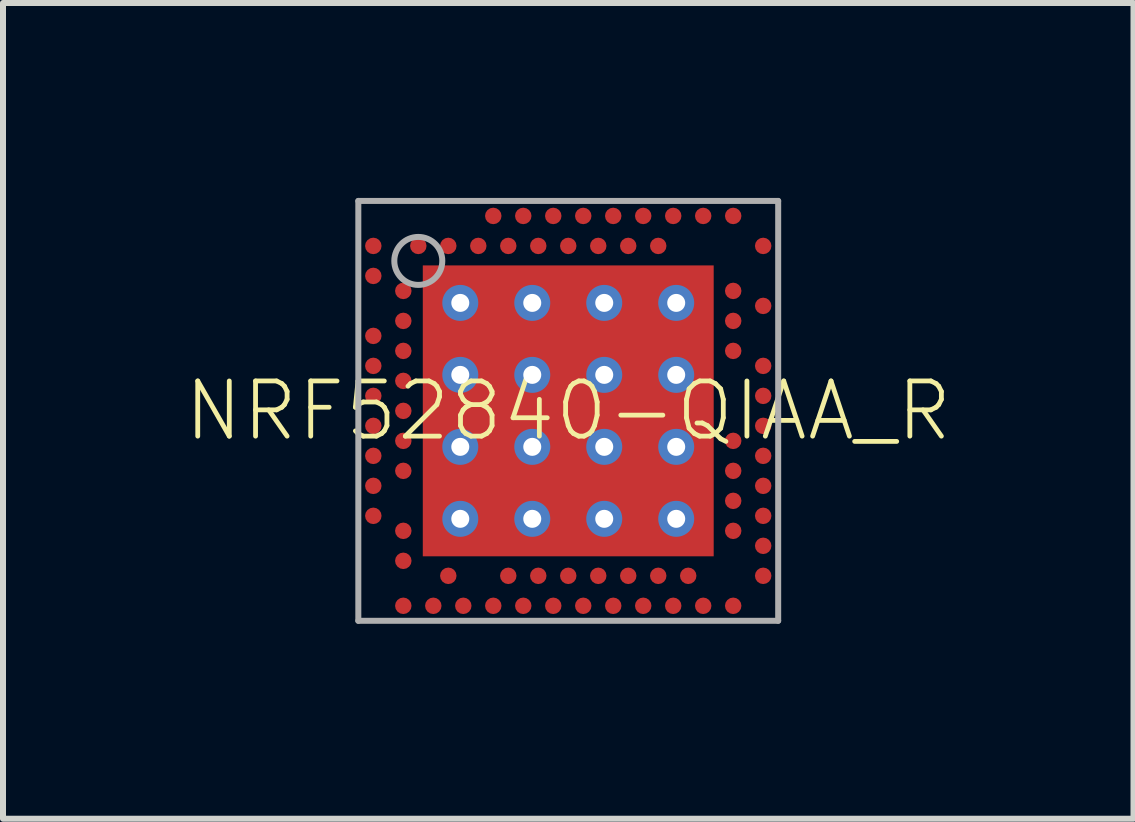
<source format=kicad_pcb>
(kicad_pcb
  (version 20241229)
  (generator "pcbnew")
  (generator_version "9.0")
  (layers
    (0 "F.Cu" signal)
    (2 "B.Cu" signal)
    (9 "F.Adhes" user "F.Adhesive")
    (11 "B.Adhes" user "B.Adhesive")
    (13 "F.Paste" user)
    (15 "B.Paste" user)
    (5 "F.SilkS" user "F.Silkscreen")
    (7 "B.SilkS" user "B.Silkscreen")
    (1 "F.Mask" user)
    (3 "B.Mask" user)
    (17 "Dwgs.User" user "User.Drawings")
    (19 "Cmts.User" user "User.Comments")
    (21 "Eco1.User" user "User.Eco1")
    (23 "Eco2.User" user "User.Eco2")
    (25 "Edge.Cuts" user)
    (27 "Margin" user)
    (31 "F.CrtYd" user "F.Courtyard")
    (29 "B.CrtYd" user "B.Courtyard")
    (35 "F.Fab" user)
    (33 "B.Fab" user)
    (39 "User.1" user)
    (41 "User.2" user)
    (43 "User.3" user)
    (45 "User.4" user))
  (footprint "NRF52840-QIAA_R"
    (layer "F.Cu")
    (at 6.424 3.8)
    (property "Reference" "NRF52840-QIAA_R" (at 0 0 0) (unlocked yes) (layer "F.SilkS") (effects (font (size 0.92 0.92) (thickness 0.08))))
    (fp_line (start -3.75 -3.75) (end -3.75 -3) (stroke (width 0.1) (type solid)) (layer "F.Mask"))
    (fp_line (start -3.75 3) (end -3.75 3.75) (stroke (width 0.1) (type solid)) (layer "F.Mask"))
    (fp_line (start -3.75 3.75) (end -3 3.75) (stroke (width 0.1) (type solid)) (layer "F.Mask"))
    (fp_line (start -3 -3.75) (end -3.75 -3.75) (stroke (width 0.1) (type solid)) (layer "F.Mask"))
    (fp_line (start 3 3.75) (end 3.75 3.75) (stroke (width 0.1) (type solid)) (layer "F.Mask"))
    (fp_line (start 3.75 -3.75) (end 3 -3.75) (stroke (width 0.1) (type solid)) (layer "F.Mask"))
    (fp_line (start 3.75 -3) (end 3.75 -3.75) (stroke (width 0.1) (type solid)) (layer "F.Mask"))
    (fp_line (start 3.75 3.75) (end 3.75 3) (stroke (width 0.1) (type solid)) (layer "F.Mask"))
    (fp_circle (center -3.25 -2.75) (end -3.156 -2.75) (stroke (width 0.188) (type solid)) (fill yes) (layer "F.Mask"))
    (fp_circle (center -3.25 -2.25) (end -3.156 -2.25) (stroke (width 0.188) (type solid)) (fill yes) (layer "F.Mask"))
    (fp_circle (center -3.25 -1.25) (end -3.156 -1.25) (stroke (width 0.188) (type solid)) (fill yes) (layer "F.Mask"))
    (fp_circle (center -3.25 -0.75) (end -3.156 -0.75) (stroke (width 0.188) (type solid)) (fill yes) (layer "F.Mask"))
    (fp_circle (center -3.25 -0.25) (end -3.156 -0.25) (stroke (width 0.188) (type solid)) (fill yes) (layer "F.Mask"))
    (fp_circle (center -3.25 0.25) (end -3.156 0.25) (stroke (width 0.188) (type solid)) (fill yes) (layer "F.Mask"))
    (fp_circle (center -3.25 0.75) (end -3.156 0.75) (stroke (width 0.188) (type solid)) (fill yes) (layer "F.Mask"))
    (fp_circle (center -3.25 1.25) (end -3.156 1.25) (stroke (width 0.188) (type solid)) (fill yes) (layer "F.Mask"))
    (fp_circle (center -3.25 1.75) (end -3.156 1.75) (stroke (width 0.188) (type solid)) (fill yes) (layer "F.Mask"))
    (fp_circle (center -2.75 -2) (end -2.656 -2) (stroke (width 0.188) (type solid)) (fill yes) (layer "F.Mask"))
    (fp_circle (center -2.75 -1.5) (end -2.656 -1.5) (stroke (width 0.188) (type solid)) (fill yes) (layer "F.Mask"))
    (fp_circle (center -2.75 -1) (end -2.656 -1) (stroke (width 0.188) (type solid)) (fill yes) (layer "F.Mask"))
    (fp_circle (center -2.75 -0.5) (end -2.656 -0.5) (stroke (width 0.188) (type solid)) (fill yes) (layer "F.Mask"))
    (fp_circle (center -2.75 0) (end -2.656 0) (stroke (width 0.188) (type solid)) (fill yes) (layer "F.Mask"))
    (fp_circle (center -2.75 0.5) (end -2.656 0.5) (stroke (width 0.188) (type solid)) (fill yes) (layer "F.Mask"))
    (fp_circle (center -2.75 1) (end -2.656 1) (stroke (width 0.188) (type solid)) (fill yes) (layer "F.Mask"))
    (fp_circle (center -2.75 2) (end -2.656 2) (stroke (width 0.188) (type solid)) (fill yes) (layer "F.Mask"))
    (fp_circle (center -2.75 2.5) (end -2.656 2.5) (stroke (width 0.188) (type solid)) (fill yes) (layer "F.Mask"))
    (fp_circle (center -2.75 3.25) (end -2.656 3.25) (stroke (width 0.188) (type solid)) (fill yes) (layer "F.Mask"))
    (fp_circle (center -2.5 -2.75) (end -2.406 -2.75) (stroke (width 0.188) (type solid)) (fill yes) (layer "F.Mask"))
    (fp_circle (center -2.25 3.25) (end -2.156 3.25) (stroke (width 0.188) (type solid)) (fill yes) (layer "F.Mask"))
    (fp_circle (center -2 -2.75) (end -1.906 -2.75) (stroke (width 0.188) (type solid)) (fill yes) (layer "F.Mask"))
    (fp_circle (center -2 2.75) (end -1.906 2.75) (stroke (width 0.188) (type solid)) (fill yes) (layer "F.Mask"))
    (fp_circle (center -1.75 3.25) (end -1.656 3.25) (stroke (width 0.188) (type solid)) (fill yes) (layer "F.Mask"))
    (fp_circle (center -1.5 -2.75) (end -1.406 -2.75) (stroke (width 0.188) (type solid)) (fill yes) (layer "F.Mask"))
    (fp_circle (center -1.25 -3.25) (end -1.156 -3.25) (stroke (width 0.188) (type solid)) (fill yes) (layer "F.Mask"))
    (fp_circle (center -1.25 3.25) (end -1.156 3.25) (stroke (width 0.188) (type solid)) (fill yes) (layer "F.Mask"))
    (fp_circle (center -1 -2.75) (end -0.906 -2.75) (stroke (width 0.188) (type solid)) (fill yes) (layer "F.Mask"))
    (fp_circle (center -1 2.75) (end -0.906 2.75) (stroke (width 0.188) (type solid)) (fill yes) (layer "F.Mask"))
    (fp_circle (center -0.75 -3.25) (end -0.656 -3.25) (stroke (width 0.188) (type solid)) (fill yes) (layer "F.Mask"))
    (fp_circle (center -0.75 3.25) (end -0.656 3.25) (stroke (width 0.188) (type solid)) (fill yes) (layer "F.Mask"))
    (fp_circle (center -0.5 -2.75) (end -0.406 -2.75) (stroke (width 0.188) (type solid)) (fill yes) (layer "F.Mask"))
    (fp_circle (center -0.5 2.75) (end -0.406 2.75) (stroke (width 0.188) (type solid)) (fill yes) (layer "F.Mask"))
    (fp_circle (center -0.25 -3.25) (end -0.156 -3.25) (stroke (width 0.188) (type solid)) (fill yes) (layer "F.Mask"))
    (fp_circle (center -0.25 3.25) (end -0.156 3.25) (stroke (width 0.188) (type solid)) (fill yes) (layer "F.Mask"))
    (fp_circle (center 0 -2.75) (end 0.094 -2.75) (stroke (width 0.188) (type solid)) (fill yes) (layer "F.Mask"))
    (fp_circle (center 0 2.75) (end 0.094 2.75) (stroke (width 0.188) (type solid)) (fill yes) (layer "F.Mask"))
    (fp_circle (center 0.25 -3.25) (end 0.344 -3.25) (stroke (width 0.188) (type solid)) (fill yes) (layer "F.Mask"))
    (fp_circle (center 0.25 3.25) (end 0.344 3.25) (stroke (width 0.188) (type solid)) (fill yes) (layer "F.Mask"))
    (fp_circle (center 0.5 -2.75) (end 0.594 -2.75) (stroke (width 0.188) (type solid)) (fill yes) (layer "F.Mask"))
    (fp_circle (center 0.5 2.75) (end 0.594 2.75) (stroke (width 0.188) (type solid)) (fill yes) (layer "F.Mask"))
    (fp_circle (center 0.75 -3.25) (end 0.844 -3.25) (stroke (width 0.188) (type solid)) (fill yes) (layer "F.Mask"))
    (fp_circle (center 0.75 3.25) (end 0.844 3.25) (stroke (width 0.188) (type solid)) (fill yes) (layer "F.Mask"))
    (fp_circle (center 1 -2.75) (end 1.094 -2.75) (stroke (width 0.188) (type solid)) (fill yes) (layer "F.Mask"))
    (fp_circle (center 1 2.75) (end 1.094 2.75) (stroke (width 0.188) (type solid)) (fill yes) (layer "F.Mask"))
    (fp_circle (center 1.25 -3.25) (end 1.344 -3.25) (stroke (width 0.188) (type solid)) (fill yes) (layer "F.Mask"))
    (fp_circle (center 1.25 3.25) (end 1.344 3.25) (stroke (width 0.188) (type solid)) (fill yes) (layer "F.Mask"))
    (fp_circle (center 1.5 -2.75) (end 1.594 -2.75) (stroke (width 0.188) (type solid)) (fill yes) (layer "F.Mask"))
    (fp_circle (center 1.5 2.75) (end 1.594 2.75) (stroke (width 0.188) (type solid)) (fill yes) (layer "F.Mask"))
    (fp_circle (center 1.75 -3.25) (end 1.844 -3.25) (stroke (width 0.188) (type solid)) (fill yes) (layer "F.Mask"))
    (fp_circle (center 1.75 3.25) (end 1.844 3.25) (stroke (width 0.188) (type solid)) (fill yes) (layer "F.Mask"))
    (fp_circle (center 2 2.75) (end 2.094 2.75) (stroke (width 0.188) (type solid)) (fill yes) (layer "F.Mask"))
    (fp_circle (center 2.25 -3.25) (end 2.344 -3.25) (stroke (width 0.188) (type solid)) (fill yes) (layer "F.Mask"))
    (fp_circle (center 2.25 3.25) (end 2.344 3.25) (stroke (width 0.188) (type solid)) (fill yes) (layer "F.Mask"))
    (fp_circle (center 2.75 -3.25) (end 2.844 -3.25) (stroke (width 0.188) (type solid)) (fill yes) (layer "F.Mask"))
    (fp_circle (center 2.75 -2) (end 2.844 -2) (stroke (width 0.188) (type solid)) (fill yes) (layer "F.Mask"))
    (fp_circle (center 2.75 -1.5) (end 2.844 -1.5) (stroke (width 0.188) (type solid)) (fill yes) (layer "F.Mask"))
    (fp_circle (center 2.75 -1) (end 2.844 -1) (stroke (width 0.188) (type solid)) (fill yes) (layer "F.Mask"))
    (fp_circle (center 2.75 0.5) (end 2.844 0.5) (stroke (width 0.188) (type solid)) (fill yes) (layer "F.Mask"))
    (fp_circle (center 2.75 1) (end 2.844 1) (stroke (width 0.188) (type solid)) (fill yes) (layer "F.Mask"))
    (fp_circle (center 2.75 1.5) (end 2.844 1.5) (stroke (width 0.188) (type solid)) (fill yes) (layer "F.Mask"))
    (fp_circle (center 2.75 2) (end 2.844 2) (stroke (width 0.188) (type solid)) (fill yes) (layer "F.Mask"))
    (fp_circle (center 2.75 3.25) (end 2.844 3.25) (stroke (width 0.188) (type solid)) (fill yes) (layer "F.Mask"))
    (fp_circle (center 3.25 -2.75) (end 3.344 -2.75) (stroke (width 0.188) (type solid)) (fill yes) (layer "F.Mask"))
    (fp_circle (center 3.25 -1.75) (end 3.344 -1.75) (stroke (width 0.188) (type solid)) (fill yes) (layer "F.Mask"))
    (fp_circle (center 3.25 -0.75) (end 3.344 -0.75) (stroke (width 0.188) (type solid)) (fill yes) (layer "F.Mask"))
    (fp_circle (center 3.25 -0.25) (end 3.344 -0.25) (stroke (width 0.188) (type solid)) (fill yes) (layer "F.Mask"))
    (fp_circle (center 3.25 0.25) (end 3.344 0.25) (stroke (width 0.188) (type solid)) (fill yes) (layer "F.Mask"))
    (fp_circle (center 3.25 0.75) (end 3.344 0.75) (stroke (width 0.188) (type solid)) (fill yes) (layer "F.Mask"))
    (fp_circle (center 3.25 1.25) (end 3.344 1.25) (stroke (width 0.188) (type solid)) (fill yes) (layer "F.Mask"))
    (fp_circle (center 3.25 1.75) (end 3.344 1.75) (stroke (width 0.188) (type solid)) (fill yes) (layer "F.Mask"))
    (fp_circle (center 3.25 2.25) (end 3.344 2.25) (stroke (width 0.188) (type solid)) (fill yes) (layer "F.Mask"))
    (fp_circle (center 3.25 2.75) (end 3.344 2.75) (stroke (width 0.188) (type solid)) (fill yes) (layer "F.Mask"))
    (fp_poly (pts (xy -2.45 2.45) (xy 2.45 2.45) (xy 2.45 -2.45) (xy -2.45 -2.45)) (stroke (width 0) (type default)) (fill yes) (layer "F.Mask"))
    (fp_line (start -3.5 -3.5) (end 3.5 -3.5) (stroke (width 0.1) (type solid)) (layer "F.Fab"))
    (fp_line (start -3.5 3.5) (end -3.5 -3.5) (stroke (width 0.1) (type solid)) (layer "F.Fab"))
    (fp_line (start 3.5 -3.5) (end 3.5 3.5) (stroke (width 0.1) (type solid)) (layer "F.Fab"))
    (fp_line (start 3.5 3.5) (end -3.5 3.5) (stroke (width 0.1) (type solid)) (layer "F.Fab"))
    (fp_circle (center -2.5 -2.5) (end -2.1 -2.5) (stroke (width 0.1) (type solid)) (fill no) (layer "F.Fab"))
    (pad "74" smd rect (at 0 0) (size 4.85 4.85) (layers "F.Cu" "F.Paste"))
    (pad "A8" smd roundrect (at -1.25 -3.25) (size 0.275 0.275) (layers "F.Cu" "F.Paste") (roundrect_rratio 0.5))
    (pad "A10" smd roundrect (at -0.75 -3.25) (size 0.275 0.275) (layers "F.Cu" "F.Paste") (roundrect_rratio 0.5))
    (pad "A12" smd roundrect (at -0.25 -3.25) (size 0.275 0.275) (layers "F.Cu" "F.Paste") (roundrect_rratio 0.5))
    (pad "A14" smd roundrect (at 0.25 -3.25) (size 0.275 0.275) (layers "F.Cu" "F.Paste") (roundrect_rratio 0.5))
    (pad "A16" smd roundrect (at 0.75 -3.25) (size 0.275 0.275) (layers "F.Cu" "F.Paste") (roundrect_rratio 0.5))
    (pad "A18" smd roundrect (at 1.25 -3.25) (size 0.275 0.275) (layers "F.Cu" "F.Paste") (roundrect_rratio 0.5))
    (pad "A20" smd roundrect (at 1.75 -3.25) (size 0.275 0.275) (layers "F.Cu" "F.Paste") (roundrect_rratio 0.5))
    (pad "A22" smd roundrect (at 2.25 -3.25) (size 0.275 0.275) (layers "F.Cu" "F.Paste") (roundrect_rratio 0.5))
    (pad "A23" smd roundrect (at 2.75 -3.25) (size 0.275 0.275) (layers "F.Cu" "F.Paste") (roundrect_rratio 0.5))
    (pad "AA24" smd roundrect (at 3.25 2.25) (size 0.275 0.275) (layers "F.Cu" "F.Paste") (roundrect_rratio 0.5))
    (pad "AB2" smd roundrect (at -2.75 2.5) (size 0.275 0.275) (layers "F.Cu" "F.Paste") (roundrect_rratio 0.5))
    (pad "AC5" smd roundrect (at -2 2.75) (size 0.275 0.275) (layers "F.Cu" "F.Paste") (roundrect_rratio 0.5))
    (pad "AC9" smd roundrect (at -1 2.75) (size 0.275 0.275) (layers "F.Cu" "F.Paste") (roundrect_rratio 0.5))
    (pad "AC11" smd roundrect (at -0.5 2.75) (size 0.275 0.275) (layers "F.Cu" "F.Paste") (roundrect_rratio 0.5))
    (pad "AC13" smd roundrect (at 0 2.75) (size 0.275 0.275) (layers "F.Cu" "F.Paste") (roundrect_rratio 0.5))
    (pad "AC15" smd roundrect (at 0.5 2.75) (size 0.275 0.275) (layers "F.Cu" "F.Paste") (roundrect_rratio 0.5))
    (pad "AC17" smd roundrect (at 1 2.75) (size 0.275 0.275) (layers "F.Cu" "F.Paste") (roundrect_rratio 0.5))
    (pad "AC19" smd roundrect (at 1.5 2.75) (size 0.275 0.275) (layers "F.Cu" "F.Paste") (roundrect_rratio 0.5))
    (pad "AC21" smd roundrect (at 2 2.75) (size 0.275 0.275) (layers "F.Cu" "F.Paste") (roundrect_rratio 0.5))
    (pad "AC24" smd roundrect (at 3.25 2.75) (size 0.275 0.275) (layers "F.Cu" "F.Paste") (roundrect_rratio 0.5))
    (pad "AD2" smd roundrect (at -2.75 3.25) (size 0.275 0.275) (layers "F.Cu" "F.Paste") (roundrect_rratio 0.5))
    (pad "AD4" smd roundrect (at -2.25 3.25) (size 0.275 0.275) (layers "F.Cu" "F.Paste") (roundrect_rratio 0.5))
    (pad "AD6" smd roundrect (at -1.75 3.25) (size 0.275 0.275) (layers "F.Cu" "F.Paste") (roundrect_rratio 0.5))
    (pad "AD8" smd roundrect (at -1.25 3.25) (size 0.275 0.275) (layers "F.Cu" "F.Paste") (roundrect_rratio 0.5))
    (pad "AD10" smd roundrect (at -0.75 3.25) (size 0.275 0.275) (layers "F.Cu" "F.Paste") (roundrect_rratio 0.5))
    (pad "AD12" smd roundrect (at -0.25 3.25) (size 0.275 0.275) (layers "F.Cu" "F.Paste") (roundrect_rratio 0.5))
    (pad "AD14" smd roundrect (at 0.25 3.25) (size 0.275 0.275) (layers "F.Cu" "F.Paste") (roundrect_rratio 0.5))
    (pad "AD16" smd roundrect (at 0.75 3.25) (size 0.275 0.275) (layers "F.Cu" "F.Paste") (roundrect_rratio 0.5))
    (pad "AD18" smd roundrect (at 1.25 3.25) (size 0.275 0.275) (layers "F.Cu" "F.Paste") (roundrect_rratio 0.5))
    (pad "AD20" smd roundrect (at 1.75 3.25) (size 0.275 0.275) (layers "F.Cu" "F.Paste") (roundrect_rratio 0.5))
    (pad "AD22" smd roundrect (at 2.25 3.25) (size 0.275 0.275) (layers "F.Cu" "F.Paste") (roundrect_rratio 0.5))
    (pad "AD23" smd roundrect (at 2.75 3.25) (size 0.275 0.275) (layers "F.Cu" "F.Paste") (roundrect_rratio 0.5))
    (pad "B1" smd roundrect (at -3.25 -2.75) (size 0.275 0.275) (layers "F.Cu" "F.Paste") (roundrect_rratio 0.5))
    (pad "B3" smd roundrect (at -2.5 -2.75) (size 0.275 0.275) (layers "F.Cu" "F.Paste") (roundrect_rratio 0.5))
    (pad "B5" smd roundrect (at -2 -2.75) (size 0.275 0.275) (layers "F.Cu" "F.Paste") (roundrect_rratio 0.5))
    (pad "B7" smd roundrect (at -1.5 -2.75) (size 0.275 0.275) (layers "F.Cu" "F.Paste") (roundrect_rratio 0.5))
    (pad "B9" smd roundrect (at -1 -2.75) (size 0.275 0.275) (layers "F.Cu" "F.Paste") (roundrect_rratio 0.5))
    (pad "B11" smd roundrect (at -0.5 -2.75) (size 0.275 0.275) (layers "F.Cu" "F.Paste") (roundrect_rratio 0.5))
    (pad "B13" smd roundrect (at 0 -2.75) (size 0.275 0.275) (layers "F.Cu" "F.Paste") (roundrect_rratio 0.5))
    (pad "B15" smd roundrect (at 0.5 -2.75) (size 0.275 0.275) (layers "F.Cu" "F.Paste") (roundrect_rratio 0.5))
    (pad "B17" smd roundrect (at 1 -2.75) (size 0.275 0.275) (layers "F.Cu" "F.Paste") (roundrect_rratio 0.5))
    (pad "B19" smd roundrect (at 1.5 -2.75) (size 0.275 0.275) (layers "F.Cu" "F.Paste") (roundrect_rratio 0.5))
    (pad "B24" smd roundrect (at 3.25 -2.75) (size 0.275 0.275) (layers "F.Cu" "F.Paste") (roundrect_rratio 0.5))
    (pad "C1" smd roundrect (at -3.25 -2.25) (size 0.275 0.275) (layers "F.Cu" "F.Paste") (roundrect_rratio 0.5))
    (pad "D2" smd roundrect (at -2.75 -2) (size 0.275 0.275) (layers "F.Cu" "F.Paste") (roundrect_rratio 0.5))
    (pad "D23" smd roundrect (at 2.75 -2) (size 0.275 0.275) (layers "F.Cu" "F.Paste") (roundrect_rratio 0.5))
    (pad "E24" smd roundrect (at 3.25 -1.75) (size 0.275 0.275) (layers "F.Cu" "F.Paste") (roundrect_rratio 0.5))
    (pad "F2" smd roundrect (at -2.75 -1.5) (size 0.275 0.275) (layers "F.Cu" "F.Paste") (roundrect_rratio 0.5))
    (pad "F23" smd roundrect (at 2.75 -1.5) (size 0.275 0.275) (layers "F.Cu" "F.Paste") (roundrect_rratio 0.5))
    (pad "G1" smd roundrect (at -3.25 -1.25) (size 0.275 0.275) (layers "F.Cu" "F.Paste") (roundrect_rratio 0.5))
    (pad "H2" smd roundrect (at -2.75 -1) (size 0.275 0.275) (layers "F.Cu" "F.Paste") (roundrect_rratio 0.5))
    (pad "H23" smd roundrect (at 2.75 -1) (size 0.275 0.275) (layers "F.Cu" "F.Paste") (roundrect_rratio 0.5))
    (pad "J1" smd roundrect (at -3.25 -0.75) (size 0.275 0.275) (layers "F.Cu" "F.Paste") (roundrect_rratio 0.5))
    (pad "J24" smd roundrect (at 3.25 -0.75) (size 0.275 0.275) (layers "F.Cu" "F.Paste") (roundrect_rratio 0.5))
    (pad "K2" smd roundrect (at -2.75 -0.5) (size 0.275 0.275) (layers "F.Cu" "F.Paste") (roundrect_rratio 0.5))
    (pad "L1" smd roundrect (at -3.25 -0.25) (size 0.275 0.275) (layers "F.Cu" "F.Paste") (roundrect_rratio 0.5))
    (pad "L24" smd roundrect (at 3.25 -0.25) (size 0.275 0.275) (layers "F.Cu" "F.Paste") (roundrect_rratio 0.5))
    (pad "M2" smd roundrect (at -2.75 0) (size 0.275 0.275) (layers "F.Cu" "F.Paste") (roundrect_rratio 0.5))
    (pad "N1" smd roundrect (at -3.25 0.25) (size 0.275 0.275) (layers "F.Cu" "F.Paste") (roundrect_rratio 0.5))
    (pad "N24" smd roundrect (at 3.25 0.25) (size 0.275 0.275) (layers "F.Cu" "F.Paste") (roundrect_rratio 0.5))
    (pad "P2" smd roundrect (at -2.75 0.5) (size 0.275 0.275) (layers "F.Cu" "F.Paste") (roundrect_rratio 0.5))
    (pad "P23" smd roundrect (at 2.75 0.5) (size 0.275 0.275) (layers "F.Cu" "F.Paste") (roundrect_rratio 0.5))
    (pad "P75" thru_hole circle (at -1.8 -1.8) (size 0.6 0.6) (drill 0.3) (layers "*.Cu"))
    (pad "P76" thru_hole circle (at -0.6 -1.8) (size 0.6 0.6) (drill 0.3) (layers "*.Cu"))
    (pad "P77" thru_hole circle (at 0.6 -1.8) (size 0.6 0.6) (drill 0.3) (layers "*.Cu"))
    (pad "P78" thru_hole circle (at 1.8 -1.8) (size 0.6 0.6) (drill 0.3) (layers "*.Cu"))
    (pad "P79" thru_hole circle (at -1.8 -0.6) (size 0.6 0.6) (drill 0.3) (layers "*.Cu"))
    (pad "P80" thru_hole circle (at -0.6 -0.6) (size 0.6 0.6) (drill 0.3) (layers "*.Cu"))
    (pad "P81" thru_hole circle (at 0.6 -0.6) (size 0.6 0.6) (drill 0.3) (layers "*.Cu"))
    (pad "P82" thru_hole circle (at 1.8 -0.6) (size 0.6 0.6) (drill 0.3) (layers "*.Cu"))
    (pad "P83" thru_hole circle (at -1.8 0.6) (size 0.6 0.6) (drill 0.3) (layers "*.Cu"))
    (pad "P84" thru_hole circle (at -0.6 0.6) (size 0.6 0.6) (drill 0.3) (layers "*.Cu"))
    (pad "P85" thru_hole circle (at 0.6 0.6) (size 0.6 0.6) (drill 0.3) (layers "*.Cu"))
    (pad "P86" thru_hole circle (at 1.8 0.6) (size 0.6 0.6) (drill 0.3) (layers "*.Cu"))
    (pad "P87" thru_hole circle (at -1.8 1.8) (size 0.6 0.6) (drill 0.3) (layers "*.Cu"))
    (pad "P88" thru_hole circle (at -0.6 1.8) (size 0.6 0.6) (drill 0.3) (layers "*.Cu"))
    (pad "P89" thru_hole circle (at 0.6 1.8) (size 0.6 0.6) (drill 0.3) (layers "*.Cu"))
    (pad "P90" thru_hole circle (at 1.8 1.8) (size 0.6 0.6) (drill 0.3) (layers "*.Cu"))
    (pad "R1" smd roundrect (at -3.25 0.75) (size 0.275 0.275) (layers "F.Cu" "F.Paste") (roundrect_rratio 0.5))
    (pad "R24" smd roundrect (at 3.25 0.75) (size 0.275 0.275) (layers "F.Cu" "F.Paste") (roundrect_rratio 0.5))
    (pad "T2" smd roundrect (at -2.75 1) (size 0.275 0.275) (layers "F.Cu" "F.Paste") (roundrect_rratio 0.5))
    (pad "T23" smd roundrect (at 2.75 1) (size 0.275 0.275) (layers "F.Cu" "F.Paste") (roundrect_rratio 0.5))
    (pad "U1" smd roundrect (at -3.25 1.25) (size 0.275 0.275) (layers "F.Cu" "F.Paste") (roundrect_rratio 0.5))
    (pad "U24" smd roundrect (at 3.25 1.25) (size 0.275 0.275) (layers "F.Cu" "F.Paste") (roundrect_rratio 0.5))
    (pad "V23" smd roundrect (at 2.75 1.5) (size 0.275 0.275) (layers "F.Cu" "F.Paste") (roundrect_rratio 0.5))
    (pad "W1" smd roundrect (at -3.25 1.75) (size 0.275 0.275) (layers "F.Cu" "F.Paste") (roundrect_rratio 0.5))
    (pad "W24" smd roundrect (at 3.25 1.75) (size 0.275 0.275) (layers "F.Cu" "F.Paste") (roundrect_rratio 0.5))
    (pad "Y2" smd roundrect (at -2.75 2) (size 0.275 0.275) (layers "F.Cu" "F.Paste") (roundrect_rratio 0.5))
    (pad "Y23" smd roundrect (at 2.75 2) (size 0.275 0.275) (layers "F.Cu" "F.Paste") (roundrect_rratio 0.5)))
  (gr_rect
    (start -3 -3)
    (end 15.848 10.6)
    (stroke (width 0.1) (type default))
    (fill no)
    (layer "Edge.Cuts")))
</source>
